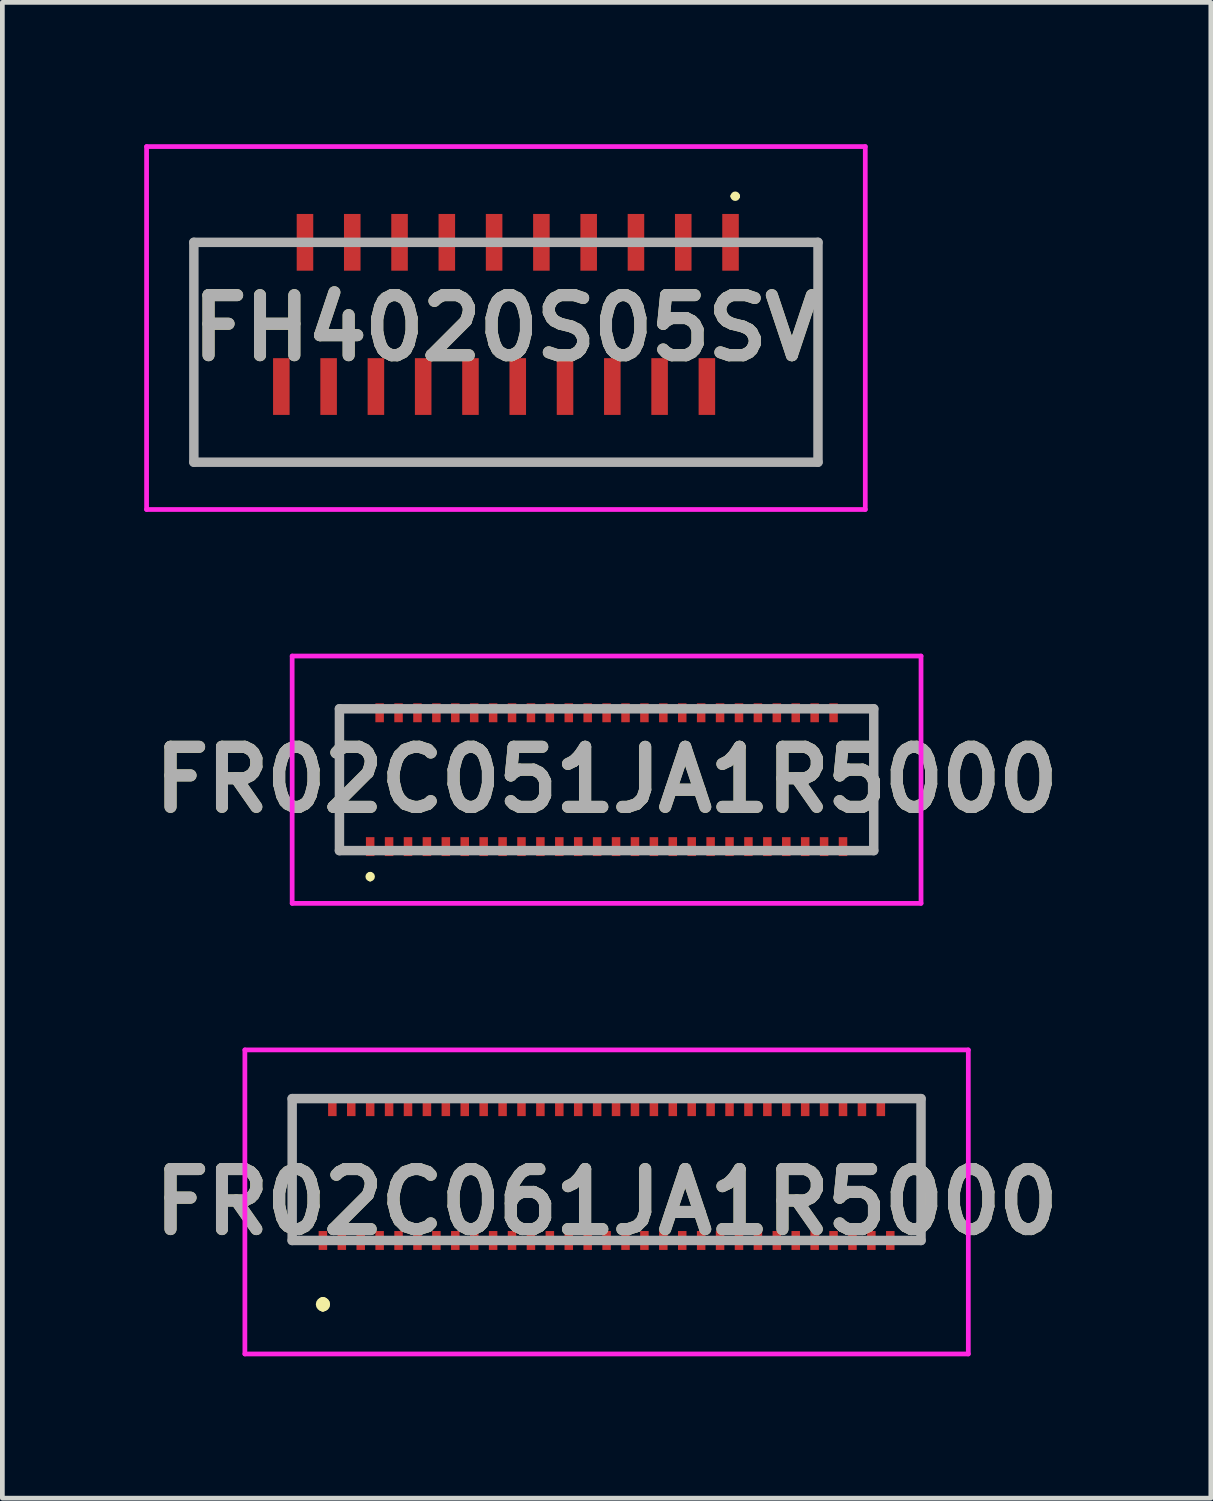
<source format=kicad_pcb>
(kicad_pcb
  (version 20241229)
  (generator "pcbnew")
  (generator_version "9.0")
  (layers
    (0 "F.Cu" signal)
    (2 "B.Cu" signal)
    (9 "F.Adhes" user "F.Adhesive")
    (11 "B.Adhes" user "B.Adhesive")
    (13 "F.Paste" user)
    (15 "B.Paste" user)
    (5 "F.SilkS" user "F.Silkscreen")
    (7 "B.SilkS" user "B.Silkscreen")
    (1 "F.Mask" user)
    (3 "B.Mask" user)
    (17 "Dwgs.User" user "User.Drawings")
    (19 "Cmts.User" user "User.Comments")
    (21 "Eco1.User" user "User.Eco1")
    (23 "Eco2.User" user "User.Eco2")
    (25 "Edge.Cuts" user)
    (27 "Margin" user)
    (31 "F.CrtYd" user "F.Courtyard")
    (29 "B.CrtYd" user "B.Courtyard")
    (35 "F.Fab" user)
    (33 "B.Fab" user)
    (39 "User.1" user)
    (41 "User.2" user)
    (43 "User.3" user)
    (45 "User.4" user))
  (footprint "FR02C051JA1R5000"
    (layer "F.Cu")
    (at 9.779 13.44)
    (property "Reference" "FR02C051JA1R5000" (at 0 0 0) (layer "F.SilkS") (effects (font (size 1.27 1.27) (thickness 0.254))))
    (attr smd)
    (fp_line (start -5.65 -1.5) (end -5.65 1.5) (stroke (width 0.1) (type solid)) (layer "F.SilkS"))
    (fp_line (start -5.65 1.5) (end -5.4 1.5) (stroke (width 0.1) (type solid)) (layer "F.SilkS"))
    (fp_line (start -5.2 -1.5) (end -5.65 -1.5) (stroke (width 0.1) (type solid)) (layer "F.SilkS"))
    (fp_line (start -5 2) (end -5 2) (stroke (width 0.1) (type solid)) (layer "F.SilkS"))
    (fp_line (start -5 2.1) (end -5 2.1) (stroke (width 0.1) (type solid)) (layer "F.SilkS"))
    (fp_line (start 5.2 -1.5) (end 5.65 -1.5) (stroke (width 0.1) (type solid)) (layer "F.SilkS"))
    (fp_line (start 5.65 -1.5) (end 5.65 1.5) (stroke (width 0.1) (type solid)) (layer "F.SilkS"))
    (fp_line (start 5.65 1.5) (end 5.4 1.5) (stroke (width 0.1) (type solid)) (layer "F.SilkS"))
    (fp_arc (start -5 2) (mid -4.95 2.05) (end -5 2.1) (stroke (width 0.1) (type solid)) (layer "F.SilkS"))
    (fp_arc (start -5 2.1) (mid -5.05 2.05) (end -5 2) (stroke (width 0.1) (type solid)) (layer "F.SilkS"))
    (fp_line (start -6.65 -2.615) (end 6.65 -2.615) (stroke (width 0.1) (type solid)) (layer "F.CrtYd"))
    (fp_line (start -6.65 2.615) (end -6.65 -2.615) (stroke (width 0.1) (type solid)) (layer "F.CrtYd"))
    (fp_line (start 6.65 -2.615) (end 6.65 2.615) (stroke (width 0.1) (type solid)) (layer "F.CrtYd"))
    (fp_line (start 6.65 2.615) (end -6.65 2.615) (stroke (width 0.1) (type solid)) (layer "F.CrtYd"))
    (fp_line (start -5.65 -1.5) (end 5.65 -1.5) (stroke (width 0.2) (type solid)) (layer "F.Fab"))
    (fp_line (start -5.65 1.5) (end -5.65 -1.5) (stroke (width 0.2) (type solid)) (layer "F.Fab"))
    (fp_line (start 5.65 -1.5) (end 5.65 1.5) (stroke (width 0.2) (type solid)) (layer "F.Fab"))
    (fp_line (start 5.65 1.5) (end -5.65 1.5) (stroke (width 0.2) (type solid)) (layer "F.Fab"))
    (fp_text user "${REFERENCE}" (at 0 0 0) (layer "F.Fab") (effects (font (size 1.27 1.27) (thickness 0.254))))
    (pad "1" smd rect (at -5 1.415) (size 0.18 0.4) (layers "F.Cu" "F.Mask" "F.Paste"))
    (pad "2" smd rect (at -4.8 -1.415) (size 0.18 0.4) (layers "F.Cu" "F.Mask" "F.Paste"))
    (pad "3" smd rect (at -4.6 1.415) (size 0.18 0.4) (layers "F.Cu" "F.Mask" "F.Paste"))
    (pad "4" smd rect (at -4.4 -1.415) (size 0.18 0.4) (layers "F.Cu" "F.Mask" "F.Paste"))
    (pad "5" smd rect (at -4.2 1.415) (size 0.18 0.4) (layers "F.Cu" "F.Mask" "F.Paste"))
    (pad "6" smd rect (at -4 -1.415) (size 0.18 0.4) (layers "F.Cu" "F.Mask" "F.Paste"))
    (pad "7" smd rect (at -3.8 1.415) (size 0.18 0.4) (layers "F.Cu" "F.Mask" "F.Paste"))
    (pad "8" smd rect (at -3.6 -1.415) (size 0.18 0.4) (layers "F.Cu" "F.Mask" "F.Paste"))
    (pad "9" smd rect (at -3.4 1.415) (size 0.18 0.4) (layers "F.Cu" "F.Mask" "F.Paste"))
    (pad "10" smd rect (at -3.2 -1.415) (size 0.18 0.4) (layers "F.Cu" "F.Mask" "F.Paste"))
    (pad "11" smd rect (at -3 1.415) (size 0.18 0.4) (layers "F.Cu" "F.Mask" "F.Paste"))
    (pad "12" smd rect (at -2.8 -1.415) (size 0.18 0.4) (layers "F.Cu" "F.Mask" "F.Paste"))
    (pad "13" smd rect (at -2.6 1.415) (size 0.18 0.4) (layers "F.Cu" "F.Mask" "F.Paste"))
    (pad "14" smd rect (at -2.4 -1.415) (size 0.18 0.4) (layers "F.Cu" "F.Mask" "F.Paste"))
    (pad "15" smd rect (at -2.2 1.415) (size 0.18 0.4) (layers "F.Cu" "F.Mask" "F.Paste"))
    (pad "16" smd rect (at -2 -1.415) (size 0.18 0.4) (layers "F.Cu" "F.Mask" "F.Paste"))
    (pad "17" smd rect (at -1.8 1.415) (size 0.18 0.4) (layers "F.Cu" "F.Mask" "F.Paste"))
    (pad "18" smd rect (at -1.6 -1.415) (size 0.18 0.4) (layers "F.Cu" "F.Mask" "F.Paste"))
    (pad "19" smd rect (at -1.4 1.415) (size 0.18 0.4) (layers "F.Cu" "F.Mask" "F.Paste"))
    (pad "20" smd rect (at -1.2 -1.415) (size 0.18 0.4) (layers "F.Cu" "F.Mask" "F.Paste"))
    (pad "21" smd rect (at -1 1.415) (size 0.18 0.4) (layers "F.Cu" "F.Mask" "F.Paste"))
    (pad "22" smd rect (at -0.8 -1.415) (size 0.18 0.4) (layers "F.Cu" "F.Mask" "F.Paste"))
    (pad "23" smd rect (at -0.6 1.415) (size 0.18 0.4) (layers "F.Cu" "F.Mask" "F.Paste"))
    (pad "24" smd rect (at -0.4 -1.415) (size 0.18 0.4) (layers "F.Cu" "F.Mask" "F.Paste"))
    (pad "25" smd rect (at -0.2 1.415) (size 0.18 0.4) (layers "F.Cu" "F.Mask" "F.Paste"))
    (pad "26" smd rect (at 0 -1.415) (size 0.18 0.4) (layers "F.Cu" "F.Mask" "F.Paste"))
    (pad "27" smd rect (at 0.2 1.415) (size 0.18 0.4) (layers "F.Cu" "F.Mask" "F.Paste"))
    (pad "28" smd rect (at 0.4 -1.415) (size 0.18 0.4) (layers "F.Cu" "F.Mask" "F.Paste"))
    (pad "29" smd rect (at 0.6 1.415) (size 0.18 0.4) (layers "F.Cu" "F.Mask" "F.Paste"))
    (pad "30" smd rect (at 0.8 -1.415) (size 0.18 0.4) (layers "F.Cu" "F.Mask" "F.Paste"))
    (pad "31" smd rect (at 1 1.415) (size 0.18 0.4) (layers "F.Cu" "F.Mask" "F.Paste"))
    (pad "32" smd rect (at 1.2 -1.415) (size 0.18 0.4) (layers "F.Cu" "F.Mask" "F.Paste"))
    (pad "33" smd rect (at 1.4 1.415) (size 0.18 0.4) (layers "F.Cu" "F.Mask" "F.Paste"))
    (pad "34" smd rect (at 1.6 -1.415) (size 0.18 0.4) (layers "F.Cu" "F.Mask" "F.Paste"))
    (pad "35" smd rect (at 1.8 1.415) (size 0.18 0.4) (layers "F.Cu" "F.Mask" "F.Paste"))
    (pad "36" smd rect (at 2 -1.415) (size 0.18 0.4) (layers "F.Cu" "F.Mask" "F.Paste"))
    (pad "37" smd rect (at 2.2 1.415) (size 0.18 0.4) (layers "F.Cu" "F.Mask" "F.Paste"))
    (pad "38" smd rect (at 2.4 -1.415) (size 0.18 0.4) (layers "F.Cu" "F.Mask" "F.Paste"))
    (pad "39" smd rect (at 2.6 1.415) (size 0.18 0.4) (layers "F.Cu" "F.Mask" "F.Paste"))
    (pad "40" smd rect (at 2.8 -1.415) (size 0.18 0.4) (layers "F.Cu" "F.Mask" "F.Paste"))
    (pad "41" smd rect (at 3 1.415) (size 0.18 0.4) (layers "F.Cu" "F.Mask" "F.Paste"))
    (pad "42" smd rect (at 3.2 -1.415) (size 0.18 0.4) (layers "F.Cu" "F.Mask" "F.Paste"))
    (pad "43" smd rect (at 3.4 1.415) (size 0.18 0.4) (layers "F.Cu" "F.Mask" "F.Paste"))
    (pad "44" smd rect (at 3.6 -1.415) (size 0.18 0.4) (layers "F.Cu" "F.Mask" "F.Paste"))
    (pad "45" smd rect (at 3.8 1.415) (size 0.18 0.4) (layers "F.Cu" "F.Mask" "F.Paste"))
    (pad "46" smd rect (at 4 -1.415) (size 0.18 0.4) (layers "F.Cu" "F.Mask" "F.Paste"))
    (pad "47" smd rect (at 4.2 1.415) (size 0.18 0.4) (layers "F.Cu" "F.Mask" "F.Paste"))
    (pad "48" smd rect (at 4.4 -1.415) (size 0.18 0.4) (layers "F.Cu" "F.Mask" "F.Paste"))
    (pad "49" smd rect (at 4.6 1.415) (size 0.18 0.4) (layers "F.Cu" "F.Mask" "F.Paste"))
    (pad "50" smd rect (at 4.8 -1.415) (size 0.18 0.4) (layers "F.Cu" "F.Mask" "F.Paste"))
    (pad "51" smd rect (at 5 1.415) (size 0.18 0.4) (layers "F.Cu" "F.Mask" "F.Paste")))
  (footprint "FR02C061JA1R5000"
    (layer "F.Cu")
    (at 9.779 21.685)
    (property "Reference" "FR02C061JA1R5000" (at 0 0.685 0) (layer "F.SilkS") (effects (font (size 1.27 1.27) (thickness 0.254))))
    (attr smd)
    (fp_line (start -6.65 -1.5) (end -6.65 -1.5) (stroke (width 0.1) (type solid)) (layer "F.SilkS"))
    (fp_line (start -6.65 -1.5) (end -6.65 -1.5) (stroke (width 0.1) (type solid)) (layer "F.SilkS"))
    (fp_line (start -6.65 -1.5) (end -6.65 1.5) (stroke (width 0.1) (type solid)) (layer "F.SilkS"))
    (fp_line (start -6.65 -1.5) (end -6.5 -1.5) (stroke (width 0.1) (type solid)) (layer "F.SilkS"))
    (fp_line (start -6.65 1.5) (end -6.65 -1.5) (stroke (width 0.1) (type solid)) (layer "F.SilkS"))
    (fp_line (start -6.65 1.5) (end -6.65 1.5) (stroke (width 0.1) (type solid)) (layer "F.SilkS"))
    (fp_line (start -6.5 -1.5) (end -6.65 -1.5) (stroke (width 0.1) (type solid)) (layer "F.SilkS"))
    (fp_line (start -6.5 -1.5) (end -6.5 -1.5) (stroke (width 0.1) (type solid)) (layer "F.SilkS"))
    (fp_line (start -6 2.8) (end -6 2.8) (stroke (width 0.2) (type solid)) (layer "F.SilkS"))
    (fp_line (start -6 2.9) (end -6 2.9) (stroke (width 0.2) (type solid)) (layer "F.SilkS"))
    (fp_line (start -6 2.9) (end -6 2.9) (stroke (width 0.2) (type solid)) (layer "F.SilkS"))
    (fp_line (start 6.5 -1.5) (end 6.5 -1.5) (stroke (width 0.1) (type solid)) (layer "F.SilkS"))
    (fp_line (start 6.5 -1.5) (end 6.65 -1.5) (stroke (width 0.1) (type solid)) (layer "F.SilkS"))
    (fp_line (start 6.65 -1.5) (end 6.5 -1.5) (stroke (width 0.1) (type solid)) (layer "F.SilkS"))
    (fp_line (start 6.65 -1.5) (end 6.65 -1.5) (stroke (width 0.1) (type solid)) (layer "F.SilkS"))
    (fp_line (start 6.65 -1.5) (end 6.65 -1.5) (stroke (width 0.1) (type solid)) (layer "F.SilkS"))
    (fp_line (start 6.65 -1.5) (end 6.65 1.5) (stroke (width 0.1) (type solid)) (layer "F.SilkS"))
    (fp_line (start 6.65 1.5) (end 6.65 -1.5) (stroke (width 0.1) (type solid)) (layer "F.SilkS"))
    (fp_line (start 6.65 1.5) (end 6.65 1.5) (stroke (width 0.1) (type solid)) (layer "F.SilkS"))
    (fp_arc (start -6 2.8) (mid -5.95 2.85) (end -6 2.9) (stroke (width 0.2) (type solid)) (layer "F.SilkS"))
    (fp_arc (start -6 2.8) (mid -5.95 2.85) (end -6 2.9) (stroke (width 0.2) (type solid)) (layer "F.SilkS"))
    (fp_arc (start -6 2.9) (mid -6.05 2.85) (end -6 2.8) (stroke (width 0.2) (type solid)) (layer "F.SilkS"))
    (fp_line (start -7.65 -2.53) (end 7.65 -2.53) (stroke (width 0.1) (type solid)) (layer "F.CrtYd"))
    (fp_line (start -7.65 3.9) (end -7.65 -2.53) (stroke (width 0.1) (type solid)) (layer "F.CrtYd"))
    (fp_line (start 7.65 -2.53) (end 7.65 3.9) (stroke (width 0.1) (type solid)) (layer "F.CrtYd"))
    (fp_line (start 7.65 3.9) (end -7.65 3.9) (stroke (width 0.1) (type solid)) (layer "F.CrtYd"))
    (fp_line (start -6.65 -1.5) (end -6.65 1.5) (stroke (width 0.2) (type solid)) (layer "F.Fab"))
    (fp_line (start -6.65 1.5) (end 6.65 1.5) (stroke (width 0.2) (type solid)) (layer "F.Fab"))
    (fp_line (start 6.65 -1.5) (end -6.65 -1.5) (stroke (width 0.2) (type solid)) (layer "F.Fab"))
    (fp_line (start 6.65 1.5) (end 6.65 -1.5) (stroke (width 0.2) (type solid)) (layer "F.Fab"))
    (fp_text user "${REFERENCE}" (at 0 0.685 0) (layer "F.Fab") (effects (font (size 1.27 1.27) (thickness 0.254))))
    (pad "1" smd rect (at -6 1.5) (size 0.18 0.4) (layers "F.Cu" "F.Mask" "F.Paste"))
    (pad "2" smd rect (at -5.8 -1.33) (size 0.18 0.4) (layers "F.Cu" "F.Mask" "F.Paste"))
    (pad "3" smd rect (at -5.6 1.5) (size 0.18 0.4) (layers "F.Cu" "F.Mask" "F.Paste"))
    (pad "4" smd rect (at -5.4 -1.33) (size 0.18 0.4) (layers "F.Cu" "F.Mask" "F.Paste"))
    (pad "5" smd rect (at -5.2 1.5) (size 0.18 0.4) (layers "F.Cu" "F.Mask" "F.Paste"))
    (pad "6" smd rect (at -5 -1.33) (size 0.18 0.4) (layers "F.Cu" "F.Mask" "F.Paste"))
    (pad "7" smd rect (at -4.8 1.5) (size 0.18 0.4) (layers "F.Cu" "F.Mask" "F.Paste"))
    (pad "8" smd rect (at -4.6 -1.33) (size 0.18 0.4) (layers "F.Cu" "F.Mask" "F.Paste"))
    (pad "9" smd rect (at -4.4 1.5) (size 0.18 0.4) (layers "F.Cu" "F.Mask" "F.Paste"))
    (pad "10" smd rect (at -4.2 -1.33) (size 0.18 0.4) (layers "F.Cu" "F.Mask" "F.Paste"))
    (pad "11" smd rect (at -4 1.5) (size 0.18 0.4) (layers "F.Cu" "F.Mask" "F.Paste"))
    (pad "12" smd rect (at -3.8 -1.33) (size 0.18 0.4) (layers "F.Cu" "F.Mask" "F.Paste"))
    (pad "13" smd rect (at -3.6 1.5) (size 0.18 0.4) (layers "F.Cu" "F.Mask" "F.Paste"))
    (pad "14" smd rect (at -3.4 -1.33) (size 0.18 0.4) (layers "F.Cu" "F.Mask" "F.Paste"))
    (pad "15" smd rect (at -3.2 1.5) (size 0.18 0.4) (layers "F.Cu" "F.Mask" "F.Paste"))
    (pad "16" smd rect (at -3 -1.33) (size 0.18 0.4) (layers "F.Cu" "F.Mask" "F.Paste"))
    (pad "17" smd rect (at -2.8 1.5) (size 0.18 0.4) (layers "F.Cu" "F.Mask" "F.Paste"))
    (pad "18" smd rect (at -2.6 -1.33) (size 0.18 0.4) (layers "F.Cu" "F.Mask" "F.Paste"))
    (pad "19" smd rect (at -2.4 1.5) (size 0.18 0.4) (layers "F.Cu" "F.Mask" "F.Paste"))
    (pad "20" smd rect (at -2.2 -1.33) (size 0.18 0.4) (layers "F.Cu" "F.Mask" "F.Paste"))
    (pad "21" smd rect (at -2 1.5) (size 0.18 0.4) (layers "F.Cu" "F.Mask" "F.Paste"))
    (pad "22" smd rect (at -1.8 -1.33) (size 0.18 0.4) (layers "F.Cu" "F.Mask" "F.Paste"))
    (pad "23" smd rect (at -1.6 1.5) (size 0.18 0.4) (layers "F.Cu" "F.Mask" "F.Paste"))
    (pad "24" smd rect (at -1.4 -1.33) (size 0.18 0.4) (layers "F.Cu" "F.Mask" "F.Paste"))
    (pad "25" smd rect (at -1.2 1.5) (size 0.18 0.4) (layers "F.Cu" "F.Mask" "F.Paste"))
    (pad "26" smd rect (at -1 -1.33) (size 0.18 0.4) (layers "F.Cu" "F.Mask" "F.Paste"))
    (pad "27" smd rect (at -0.8 1.5) (size 0.18 0.4) (layers "F.Cu" "F.Mask" "F.Paste"))
    (pad "28" smd rect (at -0.6 -1.33) (size 0.18 0.4) (layers "F.Cu" "F.Mask" "F.Paste"))
    (pad "29" smd rect (at -0.4 1.5) (size 0.18 0.4) (layers "F.Cu" "F.Mask" "F.Paste"))
    (pad "30" smd rect (at -0.2 -1.33) (size 0.18 0.4) (layers "F.Cu" "F.Mask" "F.Paste"))
    (pad "31" smd rect (at 0 1.5) (size 0.18 0.4) (layers "F.Cu" "F.Mask" "F.Paste"))
    (pad "32" smd rect (at 0.2 -1.33) (size 0.18 0.4) (layers "F.Cu" "F.Mask" "F.Paste"))
    (pad "33" smd rect (at 0.4 1.5) (size 0.18 0.4) (layers "F.Cu" "F.Mask" "F.Paste"))
    (pad "34" smd rect (at 0.6 -1.33) (size 0.18 0.4) (layers "F.Cu" "F.Mask" "F.Paste"))
    (pad "35" smd rect (at 0.8 1.5) (size 0.18 0.4) (layers "F.Cu" "F.Mask" "F.Paste"))
    (pad "36" smd rect (at 1 -1.33) (size 0.18 0.4) (layers "F.Cu" "F.Mask" "F.Paste"))
    (pad "37" smd rect (at 1.2 1.5) (size 0.18 0.4) (layers "F.Cu" "F.Mask" "F.Paste"))
    (pad "38" smd rect (at 1.4 -1.33) (size 0.18 0.4) (layers "F.Cu" "F.Mask" "F.Paste"))
    (pad "39" smd rect (at 1.6 1.5) (size 0.18 0.4) (layers "F.Cu" "F.Mask" "F.Paste"))
    (pad "40" smd rect (at 1.8 -1.33) (size 0.18 0.4) (layers "F.Cu" "F.Mask" "F.Paste"))
    (pad "41" smd rect (at 2 1.5) (size 0.18 0.4) (layers "F.Cu" "F.Mask" "F.Paste"))
    (pad "42" smd rect (at 2.2 -1.33) (size 0.18 0.4) (layers "F.Cu" "F.Mask" "F.Paste"))
    (pad "43" smd rect (at 2.4 1.5) (size 0.18 0.4) (layers "F.Cu" "F.Mask" "F.Paste"))
    (pad "44" smd rect (at 2.6 -1.33) (size 0.18 0.4) (layers "F.Cu" "F.Mask" "F.Paste"))
    (pad "45" smd rect (at 2.8 1.5) (size 0.18 0.4) (layers "F.Cu" "F.Mask" "F.Paste"))
    (pad "46" smd rect (at 3 -1.33) (size 0.18 0.4) (layers "F.Cu" "F.Mask" "F.Paste"))
    (pad "47" smd rect (at 3.2 1.5) (size 0.18 0.4) (layers "F.Cu" "F.Mask" "F.Paste"))
    (pad "48" smd rect (at 3.4 -1.33) (size 0.18 0.4) (layers "F.Cu" "F.Mask" "F.Paste"))
    (pad "49" smd rect (at 3.6 1.5) (size 0.18 0.4) (layers "F.Cu" "F.Mask" "F.Paste"))
    (pad "50" smd rect (at 3.8 -1.33) (size 0.18 0.4) (layers "F.Cu" "F.Mask" "F.Paste"))
    (pad "51" smd rect (at 4 1.5) (size 0.18 0.4) (layers "F.Cu" "F.Mask" "F.Paste"))
    (pad "52" smd rect (at 4.2 -1.33) (size 0.18 0.4) (layers "F.Cu" "F.Mask" "F.Paste"))
    (pad "53" smd rect (at 4.4 1.5) (size 0.18 0.4) (layers "F.Cu" "F.Mask" "F.Paste"))
    (pad "54" smd rect (at 4.6 -1.33) (size 0.18 0.4) (layers "F.Cu" "F.Mask" "F.Paste"))
    (pad "55" smd rect (at 4.8 1.5) (size 0.18 0.4) (layers "F.Cu" "F.Mask" "F.Paste"))
    (pad "56" smd rect (at 5 -1.33) (size 0.18 0.4) (layers "F.Cu" "F.Mask" "F.Paste"))
    (pad "57" smd rect (at 5.2 1.5) (size 0.18 0.4) (layers "F.Cu" "F.Mask" "F.Paste"))
    (pad "58" smd rect (at 5.4 -1.33) (size 0.18 0.4) (layers "F.Cu" "F.Mask" "F.Paste"))
    (pad "59" smd rect (at 5.6 1.5) (size 0.18 0.4) (layers "F.Cu" "F.Mask" "F.Paste"))
    (pad "60" smd rect (at 5.8 -1.33) (size 0.18 0.4) (layers "F.Cu" "F.Mask" "F.Paste"))
    (pad "61" smd rect (at 6 1.5) (size 0.18 0.4) (layers "F.Cu" "F.Mask" "F.Paste")))
  (footprint "FH4020S05SV"
    (layer "F.Cu")
    (at 7.65 4.4)
    (property "Reference" "FH4020S05SV" (at 0 -0.512 0) (layer "F.SilkS") (effects (font (size 1.27 1.27) (thickness 0.254))))
    (attr smd)
    (fp_line (start -6.6 -2.325) (end -6.6 2.325) (stroke (width 0.1) (type solid)) (layer "F.SilkS"))
    (fp_line (start -6.6 2.325) (end 6.6 2.325) (stroke (width 0.1) (type solid)) (layer "F.SilkS"))
    (fp_line (start -4.75 -2.325) (end -6.6 -2.325) (stroke (width 0.1) (type solid)) (layer "F.SilkS"))
    (fp_line (start 4.8 -3.3) (end 4.8 -3.3) (stroke (width 0.1) (type solid)) (layer "F.SilkS"))
    (fp_line (start 4.9 -3.3) (end 4.9 -3.3) (stroke (width 0.1) (type solid)) (layer "F.SilkS"))
    (fp_line (start 6.6 -2.325) (end 5.4 -2.325) (stroke (width 0.1) (type solid)) (layer "F.SilkS"))
    (fp_line (start 6.6 2.325) (end 6.6 -2.325) (stroke (width 0.1) (type solid)) (layer "F.SilkS"))
    (fp_arc (start 4.8 -3.3) (mid 4.85 -3.35) (end 4.9 -3.3) (stroke (width 0.1) (type solid)) (layer "F.SilkS"))
    (fp_arc (start 4.9 -3.3) (mid 4.85 -3.25) (end 4.8 -3.3) (stroke (width 0.1) (type solid)) (layer "F.SilkS"))
    (fp_line (start -7.6 -4.35) (end 7.6 -4.35) (stroke (width 0.1) (type solid)) (layer "F.CrtYd"))
    (fp_line (start -7.6 3.325) (end -7.6 -4.35) (stroke (width 0.1) (type solid)) (layer "F.CrtYd"))
    (fp_line (start 7.6 -4.35) (end 7.6 3.325) (stroke (width 0.1) (type solid)) (layer "F.CrtYd"))
    (fp_line (start 7.6 3.325) (end -7.6 3.325) (stroke (width 0.1) (type solid)) (layer "F.CrtYd"))
    (fp_line (start -6.6 -2.325) (end 6.6 -2.325) (stroke (width 0.2) (type solid)) (layer "F.Fab"))
    (fp_line (start -6.6 2.325) (end -6.6 -2.325) (stroke (width 0.2) (type solid)) (layer "F.Fab"))
    (fp_line (start 6.6 -2.325) (end 6.6 2.325) (stroke (width 0.2) (type solid)) (layer "F.Fab"))
    (fp_line (start 6.6 2.325) (end -6.6 2.325) (stroke (width 0.2) (type solid)) (layer "F.Fab"))
    (fp_text user "${REFERENCE}" (at 0 -0.512 0) (layer "F.Fab") (effects (font (size 1.27 1.27) (thickness 0.254))))
    (pad "1" smd rect (at 4.75 -2.325) (size 0.35 1.2) (layers "F.Cu" "F.Mask" "F.Paste"))
    (pad "2" smd rect (at 4.25 0.725) (size 0.35 1.2) (layers "F.Cu" "F.Mask" "F.Paste"))
    (pad "3" smd rect (at 3.75 -2.325) (size 0.35 1.2) (layers "F.Cu" "F.Mask" "F.Paste"))
    (pad "4" smd rect (at 3.25 0.725) (size 0.35 1.2) (layers "F.Cu" "F.Mask" "F.Paste"))
    (pad "5" smd rect (at 2.75 -2.325) (size 0.35 1.2) (layers "F.Cu" "F.Mask" "F.Paste"))
    (pad "6" smd rect (at 2.25 0.725) (size 0.35 1.2) (layers "F.Cu" "F.Mask" "F.Paste"))
    (pad "7" smd rect (at 1.75 -2.325) (size 0.35 1.2) (layers "F.Cu" "F.Mask" "F.Paste"))
    (pad "8" smd rect (at 1.25 0.725) (size 0.35 1.2) (layers "F.Cu" "F.Mask" "F.Paste"))
    (pad "9" smd rect (at 0.75 -2.325) (size 0.35 1.2) (layers "F.Cu" "F.Mask" "F.Paste"))
    (pad "10" smd rect (at 0.25 0.725) (size 0.35 1.2) (layers "F.Cu" "F.Mask" "F.Paste"))
    (pad "11" smd rect (at -0.25 -2.325) (size 0.35 1.2) (layers "F.Cu" "F.Mask" "F.Paste"))
    (pad "12" smd rect (at -0.75 0.725) (size 0.35 1.2) (layers "F.Cu" "F.Mask" "F.Paste"))
    (pad "13" smd rect (at -1.25 -2.325) (size 0.35 1.2) (layers "F.Cu" "F.Mask" "F.Paste"))
    (pad "14" smd rect (at -1.75 0.725) (size 0.35 1.2) (layers "F.Cu" "F.Mask" "F.Paste"))
    (pad "15" smd rect (at -2.25 -2.325) (size 0.35 1.2) (layers "F.Cu" "F.Mask" "F.Paste"))
    (pad "16" smd rect (at -2.75 0.725) (size 0.35 1.2) (layers "F.Cu" "F.Mask" "F.Paste"))
    (pad "17" smd rect (at -3.25 -2.325) (size 0.35 1.2) (layers "F.Cu" "F.Mask" "F.Paste"))
    (pad "18" smd rect (at -3.75 0.725) (size 0.35 1.2) (layers "F.Cu" "F.Mask" "F.Paste"))
    (pad "19" smd rect (at -4.25 -2.325) (size 0.35 1.2) (layers "F.Cu" "F.Mask" "F.Paste"))
    (pad "20" smd rect (at -4.75 0.725) (size 0.35 1.2) (layers "F.Cu" "F.Mask" "F.Paste")))
  (gr_rect
    (start -3 -3)
    (end 22.558 28.635)
    (stroke (width 0.1) (type default))
    (fill no)
    (layer "Edge.Cuts")))
</source>
